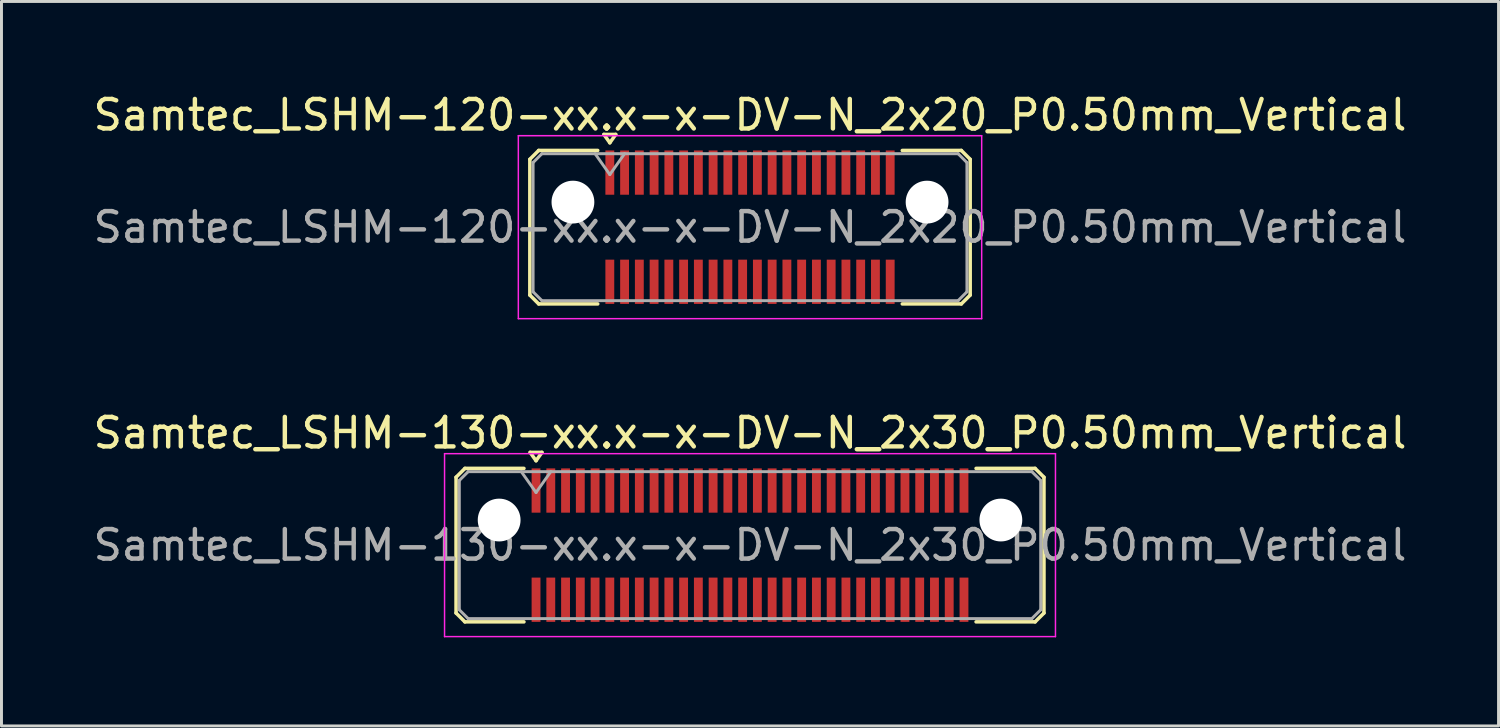
<source format=kicad_pcb>
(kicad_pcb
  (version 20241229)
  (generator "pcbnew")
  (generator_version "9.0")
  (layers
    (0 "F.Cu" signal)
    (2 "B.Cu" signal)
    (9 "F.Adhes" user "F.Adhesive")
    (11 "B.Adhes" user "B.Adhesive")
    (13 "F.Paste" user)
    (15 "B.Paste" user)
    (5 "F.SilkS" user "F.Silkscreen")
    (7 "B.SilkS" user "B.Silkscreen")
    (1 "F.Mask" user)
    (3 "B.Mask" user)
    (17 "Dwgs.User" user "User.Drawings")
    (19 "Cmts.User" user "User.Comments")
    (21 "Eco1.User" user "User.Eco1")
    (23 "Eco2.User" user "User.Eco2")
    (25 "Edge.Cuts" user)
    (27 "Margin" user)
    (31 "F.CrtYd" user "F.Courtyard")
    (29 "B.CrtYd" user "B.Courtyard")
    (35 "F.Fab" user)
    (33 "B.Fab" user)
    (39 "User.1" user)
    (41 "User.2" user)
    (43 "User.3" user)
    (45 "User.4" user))
  (footprint "Samtec_LSHM-120-xx.x-x-DV-N_2x20_P0.50mm_Vertical"
    (layer "F.Cu")
    (at 22.363 4.648)
    (property "Reference" "Samtec_LSHM-120-xx.x-x-DV-N_2x20_P0.50mm_Vertical" (at 0 -3.8 0) (layer "F.SilkS") (effects (font (size 1 1) (thickness 0.15))))
    (attr smd)
    (fp_line (start -7.46 -2.3) (end -7.46 2.3) (stroke (width 0.12) (type solid)) (layer "F.SilkS"))
    (fp_line (start -7.46 2.3) (end -7.16 2.6) (stroke (width 0.12) (type solid)) (layer "F.SilkS"))
    (fp_line (start -7.16 -2.6) (end -7.46 -2.3) (stroke (width 0.12) (type solid)) (layer "F.SilkS"))
    (fp_line (start -7.16 2.6) (end -5.16 2.6) (stroke (width 0.12) (type solid)) (layer "F.SilkS"))
    (fp_line (start -5.16 -2.6) (end -7.16 -2.6) (stroke (width 0.12) (type solid)) (layer "F.SilkS"))
    (fp_line (start -4.95 -3.143) (end -4.55 -3.143) (stroke (width 0.12) (type solid)) (layer "F.SilkS"))
    (fp_line (start -4.75 -2.86) (end -4.95 -3.143) (stroke (width 0.12) (type solid)) (layer "F.SilkS"))
    (fp_line (start -4.55 -3.143) (end -4.75 -2.86) (stroke (width 0.12) (type solid)) (layer "F.SilkS"))
    (fp_line (start 5.16 -2.6) (end 7.16 -2.6) (stroke (width 0.12) (type solid)) (layer "F.SilkS"))
    (fp_line (start 7.16 -2.6) (end 7.46 -2.3) (stroke (width 0.12) (type solid)) (layer "F.SilkS"))
    (fp_line (start 7.16 2.6) (end 5.16 2.6) (stroke (width 0.12) (type solid)) (layer "F.SilkS"))
    (fp_line (start 7.46 -2.3) (end 7.46 2.3) (stroke (width 0.12) (type solid)) (layer "F.SilkS"))
    (fp_line (start 7.46 2.3) (end 7.16 2.6) (stroke (width 0.12) (type solid)) (layer "F.SilkS"))
    (fp_line (start -7.85 -3.1) (end -7.85 3.1) (stroke (width 0.05) (type solid)) (layer "F.CrtYd"))
    (fp_line (start -7.85 3.1) (end 7.85 3.1) (stroke (width 0.05) (type solid)) (layer "F.CrtYd"))
    (fp_line (start 7.85 -3.1) (end -7.85 -3.1) (stroke (width 0.05) (type solid)) (layer "F.CrtYd"))
    (fp_line (start 7.85 3.1) (end 7.85 -3.1) (stroke (width 0.05) (type solid)) (layer "F.CrtYd"))
    (fp_line (start -7.35 -2.19) (end -7.35 2.19) (stroke (width 0.1) (type solid)) (layer "F.Fab"))
    (fp_line (start -7.35 2.19) (end -7.05 2.49) (stroke (width 0.1) (type solid)) (layer "F.Fab"))
    (fp_line (start -7.05 -2.49) (end -7.35 -2.19) (stroke (width 0.1) (type solid)) (layer "F.Fab"))
    (fp_line (start -7.05 2.49) (end 0 2.49) (stroke (width 0.1) (type solid)) (layer "F.Fab"))
    (fp_line (start -5.25 -2.49) (end -4.75 -1.783) (stroke (width 0.1) (type solid)) (layer "F.Fab"))
    (fp_line (start -4.75 -1.783) (end -4.25 -2.49) (stroke (width 0.1) (type solid)) (layer "F.Fab"))
    (fp_line (start 0 -2.49) (end -7.05 -2.49) (stroke (width 0.1) (type solid)) (layer "F.Fab"))
    (fp_line (start 0 -2.49) (end 7.05 -2.49) (stroke (width 0.1) (type solid)) (layer "F.Fab"))
    (fp_line (start 7.05 -2.49) (end 7.35 -2.19) (stroke (width 0.1) (type solid)) (layer "F.Fab"))
    (fp_line (start 7.05 2.49) (end 0 2.49) (stroke (width 0.1) (type solid)) (layer "F.Fab"))
    (fp_line (start 7.35 -2.19) (end 7.35 2.19) (stroke (width 0.1) (type solid)) (layer "F.Fab"))
    (fp_line (start 7.35 2.19) (end 7.05 2.49) (stroke (width 0.1) (type solid)) (layer "F.Fab"))
    (fp_text user "${REFERENCE}" (at 0 0 0) (layer "F.Fab") (effects (font (size 1 1) (thickness 0.15))))
    (pad "" np_thru_hole circle (at -6 -0.85) (size 1.45 1.45) (drill 1.45) (layers "*.Cu" "*.Mask"))
    (pad "" np_thru_hole circle (at 6 -0.85) (size 1.45 1.45) (drill 1.45) (layers "*.Cu" "*.Mask"))
    (pad "1" smd rect (at -4.75 -1.85) (size 0.3 1.5) (layers "F.Cu" "F.Mask" "F.Paste"))
    (pad "2" smd rect (at -4.75 1.85) (size 0.3 1.5) (layers "F.Cu" "F.Mask" "F.Paste"))
    (pad "3" smd rect (at -4.25 -1.85) (size 0.3 1.5) (layers "F.Cu" "F.Mask" "F.Paste"))
    (pad "4" smd rect (at -4.25 1.85) (size 0.3 1.5) (layers "F.Cu" "F.Mask" "F.Paste"))
    (pad "5" smd rect (at -3.75 -1.85) (size 0.3 1.5) (layers "F.Cu" "F.Mask" "F.Paste"))
    (pad "6" smd rect (at -3.75 1.85) (size 0.3 1.5) (layers "F.Cu" "F.Mask" "F.Paste"))
    (pad "7" smd rect (at -3.25 -1.85) (size 0.3 1.5) (layers "F.Cu" "F.Mask" "F.Paste"))
    (pad "8" smd rect (at -3.25 1.85) (size 0.3 1.5) (layers "F.Cu" "F.Mask" "F.Paste"))
    (pad "9" smd rect (at -2.75 -1.85) (size 0.3 1.5) (layers "F.Cu" "F.Mask" "F.Paste"))
    (pad "10" smd rect (at -2.75 1.85) (size 0.3 1.5) (layers "F.Cu" "F.Mask" "F.Paste"))
    (pad "11" smd rect (at -2.25 -1.85) (size 0.3 1.5) (layers "F.Cu" "F.Mask" "F.Paste"))
    (pad "12" smd rect (at -2.25 1.85) (size 0.3 1.5) (layers "F.Cu" "F.Mask" "F.Paste"))
    (pad "13" smd rect (at -1.75 -1.85) (size 0.3 1.5) (layers "F.Cu" "F.Mask" "F.Paste"))
    (pad "14" smd rect (at -1.75 1.85) (size 0.3 1.5) (layers "F.Cu" "F.Mask" "F.Paste"))
    (pad "15" smd rect (at -1.25 -1.85) (size 0.3 1.5) (layers "F.Cu" "F.Mask" "F.Paste"))
    (pad "16" smd rect (at -1.25 1.85) (size 0.3 1.5) (layers "F.Cu" "F.Mask" "F.Paste"))
    (pad "17" smd rect (at -0.75 -1.85) (size 0.3 1.5) (layers "F.Cu" "F.Mask" "F.Paste"))
    (pad "18" smd rect (at -0.75 1.85) (size 0.3 1.5) (layers "F.Cu" "F.Mask" "F.Paste"))
    (pad "19" smd rect (at -0.25 -1.85) (size 0.3 1.5) (layers "F.Cu" "F.Mask" "F.Paste"))
    (pad "20" smd rect (at -0.25 1.85) (size 0.3 1.5) (layers "F.Cu" "F.Mask" "F.Paste"))
    (pad "21" smd rect (at 0.25 -1.85) (size 0.3 1.5) (layers "F.Cu" "F.Mask" "F.Paste"))
    (pad "22" smd rect (at 0.25 1.85) (size 0.3 1.5) (layers "F.Cu" "F.Mask" "F.Paste"))
    (pad "23" smd rect (at 0.75 -1.85) (size 0.3 1.5) (layers "F.Cu" "F.Mask" "F.Paste"))
    (pad "24" smd rect (at 0.75 1.85) (size 0.3 1.5) (layers "F.Cu" "F.Mask" "F.Paste"))
    (pad "25" smd rect (at 1.25 -1.85) (size 0.3 1.5) (layers "F.Cu" "F.Mask" "F.Paste"))
    (pad "26" smd rect (at 1.25 1.85) (size 0.3 1.5) (layers "F.Cu" "F.Mask" "F.Paste"))
    (pad "27" smd rect (at 1.75 -1.85) (size 0.3 1.5) (layers "F.Cu" "F.Mask" "F.Paste"))
    (pad "28" smd rect (at 1.75 1.85) (size 0.3 1.5) (layers "F.Cu" "F.Mask" "F.Paste"))
    (pad "29" smd rect (at 2.25 -1.85) (size 0.3 1.5) (layers "F.Cu" "F.Mask" "F.Paste"))
    (pad "30" smd rect (at 2.25 1.85) (size 0.3 1.5) (layers "F.Cu" "F.Mask" "F.Paste"))
    (pad "31" smd rect (at 2.75 -1.85) (size 0.3 1.5) (layers "F.Cu" "F.Mask" "F.Paste"))
    (pad "32" smd rect (at 2.75 1.85) (size 0.3 1.5) (layers "F.Cu" "F.Mask" "F.Paste"))
    (pad "33" smd rect (at 3.25 -1.85) (size 0.3 1.5) (layers "F.Cu" "F.Mask" "F.Paste"))
    (pad "34" smd rect (at 3.25 1.85) (size 0.3 1.5) (layers "F.Cu" "F.Mask" "F.Paste"))
    (pad "35" smd rect (at 3.75 -1.85) (size 0.3 1.5) (layers "F.Cu" "F.Mask" "F.Paste"))
    (pad "36" smd rect (at 3.75 1.85) (size 0.3 1.5) (layers "F.Cu" "F.Mask" "F.Paste"))
    (pad "37" smd rect (at 4.25 -1.85) (size 0.3 1.5) (layers "F.Cu" "F.Mask" "F.Paste"))
    (pad "38" smd rect (at 4.25 1.85) (size 0.3 1.5) (layers "F.Cu" "F.Mask" "F.Paste"))
    (pad "39" smd rect (at 4.75 -1.85) (size 0.3 1.5) (layers "F.Cu" "F.Mask" "F.Paste"))
    (pad "40" smd rect (at 4.75 1.85) (size 0.3 1.5) (layers "F.Cu" "F.Mask" "F.Paste")))
  (footprint "Samtec_LSHM-130-xx.x-x-DV-N_2x30_P0.50mm_Vertical"
    (layer "F.Cu")
    (at 22.363 15.421)
    (property "Reference" "Samtec_LSHM-130-xx.x-x-DV-N_2x30_P0.50mm_Vertical" (at 0 -3.8 0) (layer "F.SilkS") (effects (font (size 1 1) (thickness 0.15))))
    (attr smd)
    (fp_line (start -9.96 -2.3) (end -9.96 2.3) (stroke (width 0.12) (type solid)) (layer "F.SilkS"))
    (fp_line (start -9.96 2.3) (end -9.66 2.6) (stroke (width 0.12) (type solid)) (layer "F.SilkS"))
    (fp_line (start -9.66 -2.6) (end -9.96 -2.3) (stroke (width 0.12) (type solid)) (layer "F.SilkS"))
    (fp_line (start -9.66 2.6) (end -7.66 2.6) (stroke (width 0.12) (type solid)) (layer "F.SilkS"))
    (fp_line (start -7.66 -2.6) (end -9.66 -2.6) (stroke (width 0.12) (type solid)) (layer "F.SilkS"))
    (fp_line (start -7.45 -3.143) (end -7.05 -3.143) (stroke (width 0.12) (type solid)) (layer "F.SilkS"))
    (fp_line (start -7.25 -2.86) (end -7.45 -3.143) (stroke (width 0.12) (type solid)) (layer "F.SilkS"))
    (fp_line (start -7.05 -3.143) (end -7.25 -2.86) (stroke (width 0.12) (type solid)) (layer "F.SilkS"))
    (fp_line (start 7.66 -2.6) (end 9.66 -2.6) (stroke (width 0.12) (type solid)) (layer "F.SilkS"))
    (fp_line (start 9.66 -2.6) (end 9.96 -2.3) (stroke (width 0.12) (type solid)) (layer "F.SilkS"))
    (fp_line (start 9.66 2.6) (end 7.66 2.6) (stroke (width 0.12) (type solid)) (layer "F.SilkS"))
    (fp_line (start 9.96 -2.3) (end 9.96 2.3) (stroke (width 0.12) (type solid)) (layer "F.SilkS"))
    (fp_line (start 9.96 2.3) (end 9.66 2.6) (stroke (width 0.12) (type solid)) (layer "F.SilkS"))
    (fp_line (start -10.35 -3.1) (end -10.35 3.1) (stroke (width 0.05) (type solid)) (layer "F.CrtYd"))
    (fp_line (start -10.35 3.1) (end 10.35 3.1) (stroke (width 0.05) (type solid)) (layer "F.CrtYd"))
    (fp_line (start 10.35 -3.1) (end -10.35 -3.1) (stroke (width 0.05) (type solid)) (layer "F.CrtYd"))
    (fp_line (start 10.35 3.1) (end 10.35 -3.1) (stroke (width 0.05) (type solid)) (layer "F.CrtYd"))
    (fp_line (start -9.85 -2.19) (end -9.85 2.19) (stroke (width 0.1) (type solid)) (layer "F.Fab"))
    (fp_line (start -9.85 2.19) (end -9.55 2.49) (stroke (width 0.1) (type solid)) (layer "F.Fab"))
    (fp_line (start -9.55 -2.49) (end -9.85 -2.19) (stroke (width 0.1) (type solid)) (layer "F.Fab"))
    (fp_line (start -9.55 2.49) (end 0 2.49) (stroke (width 0.1) (type solid)) (layer "F.Fab"))
    (fp_line (start -7.75 -2.49) (end -7.25 -1.783) (stroke (width 0.1) (type solid)) (layer "F.Fab"))
    (fp_line (start -7.25 -1.783) (end -6.75 -2.49) (stroke (width 0.1) (type solid)) (layer "F.Fab"))
    (fp_line (start 0 -2.49) (end -9.55 -2.49) (stroke (width 0.1) (type solid)) (layer "F.Fab"))
    (fp_line (start 0 -2.49) (end 9.55 -2.49) (stroke (width 0.1) (type solid)) (layer "F.Fab"))
    (fp_line (start 9.55 -2.49) (end 9.85 -2.19) (stroke (width 0.1) (type solid)) (layer "F.Fab"))
    (fp_line (start 9.55 2.49) (end 0 2.49) (stroke (width 0.1) (type solid)) (layer "F.Fab"))
    (fp_line (start 9.85 -2.19) (end 9.85 2.19) (stroke (width 0.1) (type solid)) (layer "F.Fab"))
    (fp_line (start 9.85 2.19) (end 9.55 2.49) (stroke (width 0.1) (type solid)) (layer "F.Fab"))
    (fp_text user "${REFERENCE}" (at 0 0 0) (layer "F.Fab") (effects (font (size 1 1) (thickness 0.15))))
    (pad "" np_thru_hole circle (at -8.5 -0.85) (size 1.45 1.45) (drill 1.45) (layers "*.Cu" "*.Mask"))
    (pad "" np_thru_hole circle (at 8.5 -0.85) (size 1.45 1.45) (drill 1.45) (layers "*.Cu" "*.Mask"))
    (pad "1" smd rect (at -7.25 -1.85) (size 0.3 1.5) (layers "F.Cu" "F.Mask" "F.Paste"))
    (pad "2" smd rect (at -7.25 1.85) (size 0.3 1.5) (layers "F.Cu" "F.Mask" "F.Paste"))
    (pad "3" smd rect (at -6.75 -1.85) (size 0.3 1.5) (layers "F.Cu" "F.Mask" "F.Paste"))
    (pad "4" smd rect (at -6.75 1.85) (size 0.3 1.5) (layers "F.Cu" "F.Mask" "F.Paste"))
    (pad "5" smd rect (at -6.25 -1.85) (size 0.3 1.5) (layers "F.Cu" "F.Mask" "F.Paste"))
    (pad "6" smd rect (at -6.25 1.85) (size 0.3 1.5) (layers "F.Cu" "F.Mask" "F.Paste"))
    (pad "7" smd rect (at -5.75 -1.85) (size 0.3 1.5) (layers "F.Cu" "F.Mask" "F.Paste"))
    (pad "8" smd rect (at -5.75 1.85) (size 0.3 1.5) (layers "F.Cu" "F.Mask" "F.Paste"))
    (pad "9" smd rect (at -5.25 -1.85) (size 0.3 1.5) (layers "F.Cu" "F.Mask" "F.Paste"))
    (pad "10" smd rect (at -5.25 1.85) (size 0.3 1.5) (layers "F.Cu" "F.Mask" "F.Paste"))
    (pad "11" smd rect (at -4.75 -1.85) (size 0.3 1.5) (layers "F.Cu" "F.Mask" "F.Paste"))
    (pad "12" smd rect (at -4.75 1.85) (size 0.3 1.5) (layers "F.Cu" "F.Mask" "F.Paste"))
    (pad "13" smd rect (at -4.25 -1.85) (size 0.3 1.5) (layers "F.Cu" "F.Mask" "F.Paste"))
    (pad "14" smd rect (at -4.25 1.85) (size 0.3 1.5) (layers "F.Cu" "F.Mask" "F.Paste"))
    (pad "15" smd rect (at -3.75 -1.85) (size 0.3 1.5) (layers "F.Cu" "F.Mask" "F.Paste"))
    (pad "16" smd rect (at -3.75 1.85) (size 0.3 1.5) (layers "F.Cu" "F.Mask" "F.Paste"))
    (pad "17" smd rect (at -3.25 -1.85) (size 0.3 1.5) (layers "F.Cu" "F.Mask" "F.Paste"))
    (pad "18" smd rect (at -3.25 1.85) (size 0.3 1.5) (layers "F.Cu" "F.Mask" "F.Paste"))
    (pad "19" smd rect (at -2.75 -1.85) (size 0.3 1.5) (layers "F.Cu" "F.Mask" "F.Paste"))
    (pad "20" smd rect (at -2.75 1.85) (size 0.3 1.5) (layers "F.Cu" "F.Mask" "F.Paste"))
    (pad "21" smd rect (at -2.25 -1.85) (size 0.3 1.5) (layers "F.Cu" "F.Mask" "F.Paste"))
    (pad "22" smd rect (at -2.25 1.85) (size 0.3 1.5) (layers "F.Cu" "F.Mask" "F.Paste"))
    (pad "23" smd rect (at -1.75 -1.85) (size 0.3 1.5) (layers "F.Cu" "F.Mask" "F.Paste"))
    (pad "24" smd rect (at -1.75 1.85) (size 0.3 1.5) (layers "F.Cu" "F.Mask" "F.Paste"))
    (pad "25" smd rect (at -1.25 -1.85) (size 0.3 1.5) (layers "F.Cu" "F.Mask" "F.Paste"))
    (pad "26" smd rect (at -1.25 1.85) (size 0.3 1.5) (layers "F.Cu" "F.Mask" "F.Paste"))
    (pad "27" smd rect (at -0.75 -1.85) (size 0.3 1.5) (layers "F.Cu" "F.Mask" "F.Paste"))
    (pad "28" smd rect (at -0.75 1.85) (size 0.3 1.5) (layers "F.Cu" "F.Mask" "F.Paste"))
    (pad "29" smd rect (at -0.25 -1.85) (size 0.3 1.5) (layers "F.Cu" "F.Mask" "F.Paste"))
    (pad "30" smd rect (at -0.25 1.85) (size 0.3 1.5) (layers "F.Cu" "F.Mask" "F.Paste"))
    (pad "31" smd rect (at 0.25 -1.85) (size 0.3 1.5) (layers "F.Cu" "F.Mask" "F.Paste"))
    (pad "32" smd rect (at 0.25 1.85) (size 0.3 1.5) (layers "F.Cu" "F.Mask" "F.Paste"))
    (pad "33" smd rect (at 0.75 -1.85) (size 0.3 1.5) (layers "F.Cu" "F.Mask" "F.Paste"))
    (pad "34" smd rect (at 0.75 1.85) (size 0.3 1.5) (layers "F.Cu" "F.Mask" "F.Paste"))
    (pad "35" smd rect (at 1.25 -1.85) (size 0.3 1.5) (layers "F.Cu" "F.Mask" "F.Paste"))
    (pad "36" smd rect (at 1.25 1.85) (size 0.3 1.5) (layers "F.Cu" "F.Mask" "F.Paste"))
    (pad "37" smd rect (at 1.75 -1.85) (size 0.3 1.5) (layers "F.Cu" "F.Mask" "F.Paste"))
    (pad "38" smd rect (at 1.75 1.85) (size 0.3 1.5) (layers "F.Cu" "F.Mask" "F.Paste"))
    (pad "39" smd rect (at 2.25 -1.85) (size 0.3 1.5) (layers "F.Cu" "F.Mask" "F.Paste"))
    (pad "40" smd rect (at 2.25 1.85) (size 0.3 1.5) (layers "F.Cu" "F.Mask" "F.Paste"))
    (pad "41" smd rect (at 2.75 -1.85) (size 0.3 1.5) (layers "F.Cu" "F.Mask" "F.Paste"))
    (pad "42" smd rect (at 2.75 1.85) (size 0.3 1.5) (layers "F.Cu" "F.Mask" "F.Paste"))
    (pad "43" smd rect (at 3.25 -1.85) (size 0.3 1.5) (layers "F.Cu" "F.Mask" "F.Paste"))
    (pad "44" smd rect (at 3.25 1.85) (size 0.3 1.5) (layers "F.Cu" "F.Mask" "F.Paste"))
    (pad "45" smd rect (at 3.75 -1.85) (size 0.3 1.5) (layers "F.Cu" "F.Mask" "F.Paste"))
    (pad "46" smd rect (at 3.75 1.85) (size 0.3 1.5) (layers "F.Cu" "F.Mask" "F.Paste"))
    (pad "47" smd rect (at 4.25 -1.85) (size 0.3 1.5) (layers "F.Cu" "F.Mask" "F.Paste"))
    (pad "48" smd rect (at 4.25 1.85) (size 0.3 1.5) (layers "F.Cu" "F.Mask" "F.Paste"))
    (pad "49" smd rect (at 4.75 -1.85) (size 0.3 1.5) (layers "F.Cu" "F.Mask" "F.Paste"))
    (pad "50" smd rect (at 4.75 1.85) (size 0.3 1.5) (layers "F.Cu" "F.Mask" "F.Paste"))
    (pad "51" smd rect (at 5.25 -1.85) (size 0.3 1.5) (layers "F.Cu" "F.Mask" "F.Paste"))
    (pad "52" smd rect (at 5.25 1.85) (size 0.3 1.5) (layers "F.Cu" "F.Mask" "F.Paste"))
    (pad "53" smd rect (at 5.75 -1.85) (size 0.3 1.5) (layers "F.Cu" "F.Mask" "F.Paste"))
    (pad "54" smd rect (at 5.75 1.85) (size 0.3 1.5) (layers "F.Cu" "F.Mask" "F.Paste"))
    (pad "55" smd rect (at 6.25 -1.85) (size 0.3 1.5) (layers "F.Cu" "F.Mask" "F.Paste"))
    (pad "56" smd rect (at 6.25 1.85) (size 0.3 1.5) (layers "F.Cu" "F.Mask" "F.Paste"))
    (pad "57" smd rect (at 6.75 -1.85) (size 0.3 1.5) (layers "F.Cu" "F.Mask" "F.Paste"))
    (pad "58" smd rect (at 6.75 1.85) (size 0.3 1.5) (layers "F.Cu" "F.Mask" "F.Paste"))
    (pad "59" smd rect (at 7.25 -1.85) (size 0.3 1.5) (layers "F.Cu" "F.Mask" "F.Paste"))
    (pad "60" smd rect (at 7.25 1.85) (size 0.3 1.5) (layers "F.Cu" "F.Mask" "F.Paste")))
  (gr_rect
    (start -3 -3)
    (end 47.726 21.547)
    (stroke (width 0.1) (type default))
    (fill no)
    (layer "Edge.Cuts")))
</source>
